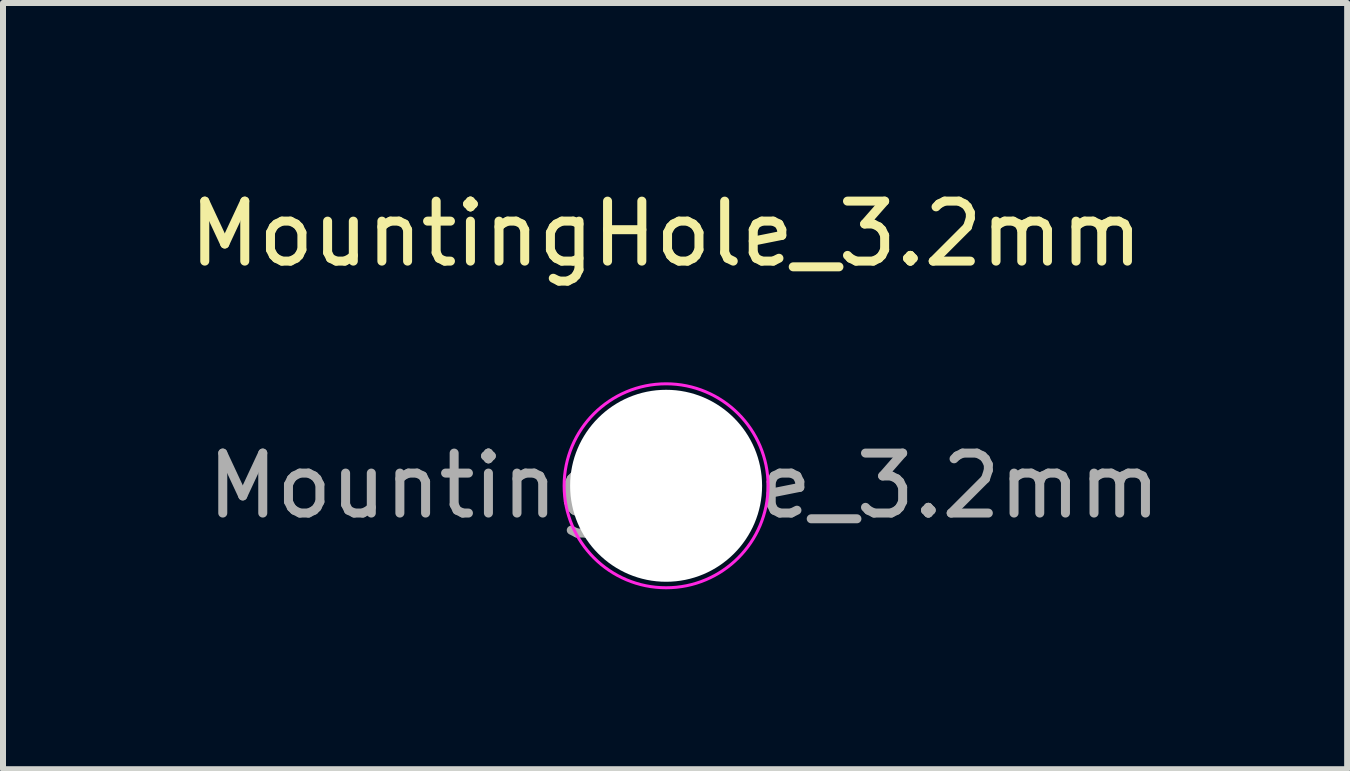
<source format=kicad_pcb>
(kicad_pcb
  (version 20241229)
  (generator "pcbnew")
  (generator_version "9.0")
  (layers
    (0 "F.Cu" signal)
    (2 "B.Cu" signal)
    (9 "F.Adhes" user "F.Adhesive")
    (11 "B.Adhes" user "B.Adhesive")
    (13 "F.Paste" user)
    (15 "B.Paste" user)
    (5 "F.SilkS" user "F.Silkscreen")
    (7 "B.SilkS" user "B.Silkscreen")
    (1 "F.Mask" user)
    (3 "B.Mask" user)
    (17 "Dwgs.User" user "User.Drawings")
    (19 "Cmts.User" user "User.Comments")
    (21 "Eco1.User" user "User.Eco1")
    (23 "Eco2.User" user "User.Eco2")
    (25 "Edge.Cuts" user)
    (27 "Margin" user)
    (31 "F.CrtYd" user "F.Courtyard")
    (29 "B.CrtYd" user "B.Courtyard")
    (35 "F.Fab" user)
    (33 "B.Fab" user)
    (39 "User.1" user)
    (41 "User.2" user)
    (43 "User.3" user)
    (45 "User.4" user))
  (footprint "MountingHole_3.2mm"
    (layer "F.Cu")
    (at 8.054 5.048)
    (property "Reference" "MountingHole_3.2mm" (at 0 -4.2 0) (layer "F.SilkS") (effects (font (size 1 1) (thickness 0.15))))
    (attr exclude_from_pos_files exclude_from_bom)
    (fp_circle (center 0 0) (end 1.7 0) (stroke (width 0.05) (type solid)) (fill no) (layer "F.CrtYd"))
    (fp_text user "${REFERENCE}" (at 0.3 0 0) (layer "F.Fab") (effects (font (size 1 1) (thickness 0.15))))
    (pad "" np_thru_hole circle (at 0 0) (size 3.2 3.2) (drill 3.2) (layers "*.Cu" "*.Mask")))
  (gr_rect
    (start -3 -3)
    (end 19.407 9.773)
    (stroke (width 0.1) (type default))
    (fill no)
    (layer "Edge.Cuts")))
</source>
